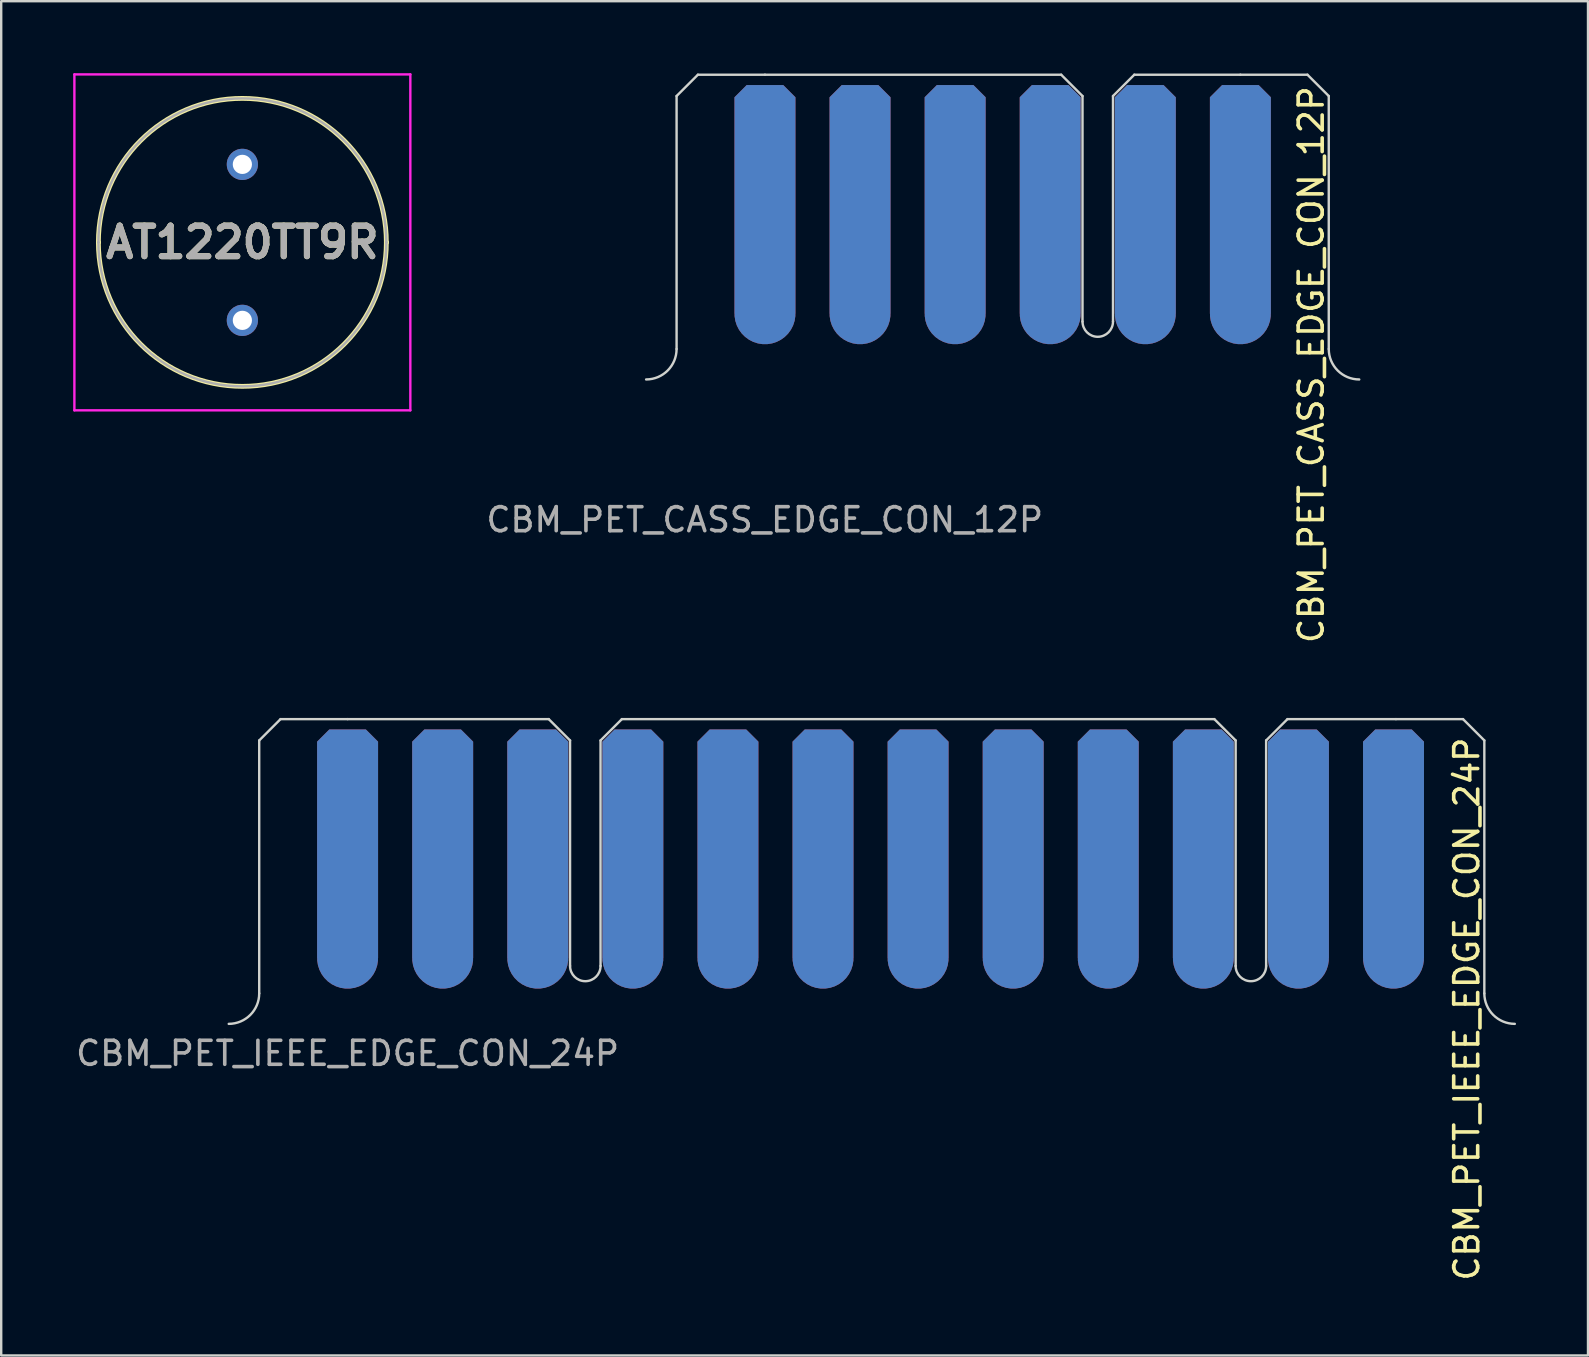
<source format=kicad_pcb>
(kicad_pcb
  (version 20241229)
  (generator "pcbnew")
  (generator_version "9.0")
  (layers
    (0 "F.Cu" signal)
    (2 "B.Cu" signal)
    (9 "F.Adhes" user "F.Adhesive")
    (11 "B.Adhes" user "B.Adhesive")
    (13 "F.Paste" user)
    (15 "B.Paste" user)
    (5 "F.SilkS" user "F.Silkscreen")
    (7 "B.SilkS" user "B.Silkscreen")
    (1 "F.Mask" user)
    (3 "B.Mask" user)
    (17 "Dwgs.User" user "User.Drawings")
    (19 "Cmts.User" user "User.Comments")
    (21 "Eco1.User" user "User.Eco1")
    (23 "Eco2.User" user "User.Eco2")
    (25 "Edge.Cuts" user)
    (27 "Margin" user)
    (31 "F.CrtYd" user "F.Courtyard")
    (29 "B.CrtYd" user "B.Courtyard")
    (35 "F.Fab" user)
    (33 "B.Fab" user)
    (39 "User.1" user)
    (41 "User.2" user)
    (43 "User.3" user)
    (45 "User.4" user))
  (footprint "CBM_PET_CASS_EDGE_CON_12P"
    (layer "F.Cu")
    (at 28.828 11.493)
    (property "Reference" "CBM_PET_CASS_EDGE_CON_12P" (at 22.765 0.654 90) (unlocked yes) (layer "F.SilkS") (effects (font (size 1 1) (thickness 0.15))))
    (fp_rect (start -3.759 -0.191) (end 23.571 -11.493) (stroke (width 0) (type solid)) (fill yes) (layer "F.Mask"))
    (fp_rect (start -3.759 -0.191) (end 23.571 -11.493) (stroke (width 0) (type solid)) (fill yes) (layer "B.Mask"))
    (fp_line (start -3.683 0) (end -3.683 -10.541) (stroke (width 0.1) (type solid)) (layer "Edge.Cuts"))
    (fp_line (start -2.794 -11.43) (end -3.683 -10.541) (stroke (width 0.1) (type solid)) (layer "Edge.Cuts"))
    (fp_line (start -2.794 -11.43) (end 0 -11.43) (stroke (width 0.1) (type solid)) (layer "Edge.Cuts"))
    (fp_line (start 0 -11.43) (end 12.344 -11.43) (stroke (width 0.1) (type solid)) (layer "Edge.Cuts"))
    (fp_line (start 12.344 -11.43) (end 13.233 -10.541) (stroke (width 0.1) (type solid)) (layer "Edge.Cuts"))
    (fp_line (start 13.233 -1.143) (end 13.233 -10.541) (stroke (width 0.1) (type solid)) (layer "Edge.Cuts"))
    (fp_line (start 14.503 -1.143) (end 14.503 -10.541) (stroke (width 0.1) (type solid)) (layer "Edge.Cuts"))
    (fp_line (start 15.392 -11.43) (end 14.503 -10.541) (stroke (width 0.1) (type solid)) (layer "Edge.Cuts"))
    (fp_line (start 19.812 -11.43) (end 15.392 -11.43) (stroke (width 0.1) (type solid)) (layer "Edge.Cuts"))
    (fp_line (start 19.812 -11.43) (end 22.606 -11.43) (stroke (width 0.1) (type solid)) (layer "Edge.Cuts"))
    (fp_line (start 22.606 -11.43) (end 23.495 -10.541) (stroke (width 0.1) (type solid)) (layer "Edge.Cuts"))
    (fp_line (start 23.495 0) (end 23.495 -10.541) (stroke (width 0.1) (type solid)) (layer "Edge.Cuts"))
    (fp_arc (start -3.683 0) (mid -4.054974 0.898026) (end -4.953 1.27) (stroke (width 0.1) (type solid)) (layer "Edge.Cuts"))
    (fp_arc (start 14.5034 -1.143) (mid 13.8684 -0.508) (end 13.2334 -1.143) (stroke (width 0.1) (type solid)) (layer "Edge.Cuts"))
    (fp_arc (start 24.765 1.27) (mid 23.866974 0.898026) (end 23.495 0) (stroke (width 0.1) (type solid)) (layer "Edge.Cuts"))
    (fp_text user "${REFERENCE}" (at -0.008 7.116 0) (unlocked yes) (layer "F.Fab") (effects (font (size 1 1) (thickness 0.15))))
    (pad "1,A" connect custom (at 19.812 -1.468) (size 2.54 2.54) (layers "F.Cu" "F.Mask") (options (anchor circle)) (primitives (gr_poly (pts (xy -1.27 0) (xy 1.27 0) (xy 1.27 -9.022) (xy 0.762 -9.53) (xy -0.762 -9.53) (xy -1.27 -9.022)) (width 0) (fill yes))))
    (pad "1,A" connect custom (at 19.812 -1.468) (size 2.54 2.54) (layers "B.Cu" "B.Mask") (options (anchor circle)) (primitives (gr_poly (pts (xy -1.27 0) (xy 1.27 0) (xy 1.27 -9.022) (xy 0.762 -9.53) (xy -0.762 -9.53) (xy -1.27 -9.022)) (width 0) (fill yes))))
    (pad "2,B" connect custom (at 15.85 -1.468) (size 2.54 2.54) (layers "F.Cu" "F.Mask") (options (anchor circle)) (primitives (gr_poly (pts (xy -1.27 0) (xy 1.27 0) (xy 1.27 -9.022) (xy 0.762 -9.53) (xy -0.762 -9.53) (xy -1.27 -9.022)) (width 0) (fill yes))))
    (pad "2,B" connect custom (at 15.85 -1.468) (size 2.54 2.54) (layers "B.Cu" "B.Mask") (options (anchor circle)) (primitives (gr_poly (pts (xy -1.27 0) (xy 1.27 0) (xy 1.27 -9.022) (xy 0.762 -9.53) (xy -0.762 -9.53) (xy -1.27 -9.022)) (width 0) (fill yes))))
    (pad "3,C" connect custom (at 11.887 -1.468) (size 2.54 2.54) (layers "F.Cu" "F.Mask") (options (anchor circle)) (primitives (gr_poly (pts (xy -1.27 0) (xy 1.27 0) (xy 1.27 -9.022) (xy 0.762 -9.53) (xy -0.762 -9.53) (xy -1.27 -9.022)) (width 0) (fill yes))))
    (pad "3,C" connect custom (at 11.887 -1.468) (size 2.54 2.54) (layers "B.Cu" "B.Mask") (options (anchor circle)) (primitives (gr_poly (pts (xy -1.27 0) (xy 1.27 0) (xy 1.27 -9.022) (xy 0.762 -9.53) (xy -0.762 -9.53) (xy -1.27 -9.022)) (width 0) (fill yes))))
    (pad "4,D" connect custom (at 7.925 -1.468) (size 2.54 2.54) (layers "F.Cu" "F.Mask") (options (anchor circle)) (primitives (gr_poly (pts (xy -1.27 0) (xy 1.27 0) (xy 1.27 -9.022) (xy 0.762 -9.53) (xy -0.762 -9.53) (xy -1.27 -9.022)) (width 0) (fill yes))))
    (pad "4,D" connect custom (at 7.925 -1.468) (size 2.54 2.54) (layers "B.Cu" "B.Mask") (options (anchor circle)) (primitives (gr_poly (pts (xy -1.27 0) (xy 1.27 0) (xy 1.27 -9.022) (xy 0.762 -9.53) (xy -0.762 -9.53) (xy -1.27 -9.022)) (width 0) (fill yes))))
    (pad "5,E" connect custom (at 3.962 -1.468) (size 2.54 2.54) (layers "F.Cu" "F.Mask") (options (anchor circle)) (primitives (gr_poly (pts (xy -1.27 0) (xy 1.27 0) (xy 1.27 -9.022) (xy 0.762 -9.53) (xy -0.762 -9.53) (xy -1.27 -9.022)) (width 0) (fill yes))))
    (pad "5,E" connect custom (at 3.962 -1.468) (size 2.54 2.54) (layers "B.Cu" "B.Mask") (options (anchor circle)) (primitives (gr_poly (pts (xy -1.27 0) (xy 1.27 0) (xy 1.27 -9.022) (xy 0.762 -9.53) (xy -0.762 -9.53) (xy -1.27 -9.022)) (width 0) (fill yes))))
    (pad "6,F" connect custom (at 0 -1.468) (size 2.54 2.54) (layers "F.Cu" "F.Mask") (options (anchor circle)) (primitives (gr_poly (pts (xy -1.27 0) (xy 1.27 0) (xy 1.27 -9.022) (xy 0.762 -9.53) (xy -0.762 -9.53) (xy -1.27 -9.022)) (width 0) (fill yes))))
    (pad "6,F" connect custom (at 0 -1.468) (size 2.54 2.54) (layers "B.Cu" "B.Mask") (options (anchor circle)) (primitives (gr_poly (pts (xy -1.27 0) (xy 1.27 0) (xy 1.27 -9.022) (xy 0.762 -9.53) (xy -0.762 -9.53) (xy -1.27 -9.022)) (width 0) (fill yes)))))
  (footprint "CBM_PET_IEEE_EDGE_CON_24P"
    (layer "F.Cu")
    (at 11.435 38.347)
    (property "Reference" "CBM_PET_IEEE_EDGE_CON_24P" (at 46.639 0.654 90) (unlocked yes) (layer "F.SilkS") (effects (font (size 1 1) (thickness 0.15))))
    (fp_rect (start -3.759 -0.198) (end 47.447 -11.476) (stroke (width 0) (type solid)) (fill yes) (layer "F.Mask"))
    (fp_rect (start -3.759 -0.198) (end 47.447 -11.476) (stroke (width 0) (type solid)) (fill yes) (layer "B.Mask"))
    (fp_line (start -3.683 0) (end -3.683 -10.541) (stroke (width 0.1) (type solid)) (layer "Edge.Cuts"))
    (fp_line (start -2.794 -11.43) (end -3.683 -10.541) (stroke (width 0.1) (type solid)) (layer "Edge.Cuts"))
    (fp_line (start -2.794 -11.43) (end 0 -11.43) (stroke (width 0.1) (type solid)) (layer "Edge.Cuts"))
    (fp_line (start 0 -11.43) (end 8.382 -11.43) (stroke (width 0.1) (type solid)) (layer "Edge.Cuts"))
    (fp_line (start 8.382 -11.43) (end 9.271 -10.541) (stroke (width 0.1) (type solid)) (layer "Edge.Cuts"))
    (fp_line (start 9.271 -1.143) (end 9.271 -10.541) (stroke (width 0.1) (type solid)) (layer "Edge.Cuts"))
    (fp_line (start 10.541 -1.143) (end 10.541 -10.541) (stroke (width 0.1) (type solid)) (layer "Edge.Cuts"))
    (fp_line (start 11.43 -11.43) (end 10.541 -10.541) (stroke (width 0.1) (type solid)) (layer "Edge.Cuts"))
    (fp_line (start 36.119 -11.43) (end 11.43 -11.43) (stroke (width 0.1) (type solid)) (layer "Edge.Cuts"))
    (fp_line (start 36.119 -11.43) (end 37.008 -10.541) (stroke (width 0.1) (type solid)) (layer "Edge.Cuts"))
    (fp_line (start 37.008 -1.143) (end 37.008 -10.541) (stroke (width 0.1) (type solid)) (layer "Edge.Cuts"))
    (fp_line (start 38.278 -1.143) (end 38.278 -10.541) (stroke (width 0.1) (type solid)) (layer "Edge.Cuts"))
    (fp_line (start 39.167 -11.43) (end 38.278 -10.541) (stroke (width 0.1) (type solid)) (layer "Edge.Cuts"))
    (fp_line (start 39.167 -11.43) (end 43.688 -11.43) (stroke (width 0.1) (type solid)) (layer "Edge.Cuts"))
    (fp_line (start 43.688 -11.43) (end 46.482 -11.43) (stroke (width 0.1) (type solid)) (layer "Edge.Cuts"))
    (fp_line (start 46.482 -11.43) (end 47.371 -10.541) (stroke (width 0.1) (type solid)) (layer "Edge.Cuts"))
    (fp_line (start 47.371 0) (end 47.371 -10.541) (stroke (width 0.1) (type solid)) (layer "Edge.Cuts"))
    (fp_arc (start -3.683 0) (mid -4.054974 0.898026) (end -4.953 1.27) (stroke (width 0.1) (type solid)) (layer "Edge.Cuts"))
    (fp_arc (start 10.541 -1.143) (mid 9.906 -0.508) (end 9.271 -1.143) (stroke (width 0.1) (type solid)) (layer "Edge.Cuts"))
    (fp_arc (start 38.2778 -1.143) (mid 37.6428 -0.508) (end 37.0078 -1.143) (stroke (width 0.1) (type solid)) (layer "Edge.Cuts"))
    (fp_arc (start 48.641 1.27) (mid 47.742974 0.898026) (end 47.371 0) (stroke (width 0.1) (type solid)) (layer "Edge.Cuts"))
    (fp_text user "${REFERENCE}" (at 0 2.5 0) (unlocked yes) (layer "F.Fab") (effects (font (size 1 1) (thickness 0.15))))
    (pad "1" connect custom (at 43.586 -1.468) (size 2.54 2.54) (layers "F.Cu" "F.Mask") (options (anchor circle)) (primitives (gr_poly (pts (xy -1.27 0) (xy 1.27 0) (xy 1.27 -9.022) (xy 0.762 -9.53) (xy -0.762 -9.53) (xy -1.27 -9.022)) (width 0) (fill yes))))
    (pad "2" connect custom (at 39.624 -1.468) (size 2.54 2.54) (layers "F.Cu" "F.Mask") (options (anchor circle)) (primitives (gr_poly (pts (xy -1.27 0) (xy 1.27 0) (xy 1.27 -9.022) (xy 0.762 -9.53) (xy -0.762 -9.53) (xy -1.27 -9.022)) (width 0) (fill yes))))
    (pad "3" connect custom (at 35.662 -1.468) (size 2.54 2.54) (layers "F.Cu" "F.Mask") (options (anchor circle)) (primitives (gr_poly (pts (xy -1.27 0) (xy 1.27 0) (xy 1.27 -9.022) (xy 0.762 -9.53) (xy -0.762 -9.53) (xy -1.27 -9.022)) (width 0) (fill yes))))
    (pad "4" connect custom (at 31.699 -1.468) (size 2.54 2.54) (layers "F.Cu" "F.Mask") (options (anchor circle)) (primitives (gr_poly (pts (xy -1.27 0) (xy 1.27 0) (xy 1.27 -9.022) (xy 0.762 -9.53) (xy -0.762 -9.53) (xy -1.27 -9.022)) (width 0) (fill yes))))
    (pad "5" connect custom (at 27.737 -1.468) (size 2.54 2.54) (layers "F.Cu" "F.Mask") (options (anchor circle)) (primitives (gr_poly (pts (xy -1.27 0) (xy 1.27 0) (xy 1.27 -9.022) (xy 0.762 -9.53) (xy -0.762 -9.53) (xy -1.27 -9.022)) (width 0) (fill yes))))
    (pad "6" connect custom (at 23.774 -1.468) (size 2.54 2.54) (layers "F.Cu" "F.Mask") (options (anchor circle)) (primitives (gr_poly (pts (xy -1.27 0) (xy 1.27 0) (xy 1.27 -9.022) (xy 0.762 -9.53) (xy -0.762 -9.53) (xy -1.27 -9.022)) (width 0) (fill yes))))
    (pad "7" connect custom (at 19.812 -1.468) (size 2.54 2.54) (layers "F.Cu" "F.Mask") (options (anchor circle)) (primitives (gr_poly (pts (xy -1.27 0) (xy 1.27 0) (xy 1.27 -9.022) (xy 0.762 -9.53) (xy -0.762 -9.53) (xy -1.27 -9.022)) (width 0) (fill yes))))
    (pad "8" connect custom (at 15.85 -1.468) (size 2.54 2.54) (layers "F.Cu" "F.Mask") (options (anchor circle)) (primitives (gr_poly (pts (xy -1.27 0) (xy 1.27 0) (xy 1.27 -9.022) (xy 0.762 -9.53) (xy -0.762 -9.53) (xy -1.27 -9.022)) (width 0) (fill yes))))
    (pad "9" connect custom (at 11.887 -1.468) (size 2.54 2.54) (layers "F.Cu" "F.Mask") (options (anchor circle)) (primitives (gr_poly (pts (xy -1.27 0) (xy 1.27 0) (xy 1.27 -9.022) (xy 0.762 -9.53) (xy -0.762 -9.53) (xy -1.27 -9.022)) (width 0) (fill yes))))
    (pad "10" connect custom (at 7.925 -1.468) (size 2.54 2.54) (layers "F.Cu" "F.Mask") (options (anchor circle)) (primitives (gr_poly (pts (xy -1.27 0) (xy 1.27 0) (xy 1.27 -9.022) (xy 0.762 -9.53) (xy -0.762 -9.53) (xy -1.27 -9.022)) (width 0) (fill yes))))
    (pad "11" connect custom (at 3.962 -1.468) (size 2.54 2.54) (layers "F.Cu" "F.Mask") (options (anchor circle)) (primitives (gr_poly (pts (xy -1.27 0) (xy 1.27 0) (xy 1.27 -9.022) (xy 0.762 -9.53) (xy -0.762 -9.53) (xy -1.27 -9.022)) (width 0) (fill yes))))
    (pad "12" connect custom (at 0 -1.468) (size 2.54 2.54) (layers "F.Cu" "F.Mask") (options (anchor circle)) (primitives (gr_poly (pts (xy -1.27 0) (xy 1.27 0) (xy 1.27 -9.022) (xy 0.762 -9.53) (xy -0.762 -9.53) (xy -1.27 -9.022)) (width 0) (fill yes))))
    (pad "A" connect custom (at 43.586 -1.468) (size 2.54 2.54) (layers "B.Cu" "B.Mask") (options (anchor circle)) (primitives (gr_poly (pts (xy -1.27 0) (xy 1.27 0) (xy 1.27 -9.022) (xy 0.762 -9.53) (xy -0.762 -9.53) (xy -1.27 -9.022)) (width 0) (fill yes))))
    (pad "B" connect custom (at 39.624 -1.468) (size 2.54 2.54) (layers "B.Cu" "B.Mask") (options (anchor circle)) (primitives (gr_poly (pts (xy -1.27 0) (xy 1.27 0) (xy 1.27 -9.022) (xy 0.762 -9.53) (xy -0.762 -9.53) (xy -1.27 -9.022)) (width 0) (fill yes))))
    (pad "C" connect custom (at 35.662 -1.468) (size 2.54 2.54) (layers "B.Cu" "B.Mask") (options (anchor circle)) (primitives (gr_poly (pts (xy -1.27 0) (xy 1.27 0) (xy 1.27 -9.022) (xy 0.762 -9.53) (xy -0.762 -9.53) (xy -1.27 -9.022)) (width 0) (fill yes))))
    (pad "D" connect custom (at 31.699 -1.468) (size 2.54 2.54) (layers "B.Cu" "B.Mask") (options (anchor circle)) (primitives (gr_poly (pts (xy -1.27 0) (xy 1.27 0) (xy 1.27 -9.022) (xy 0.762 -9.53) (xy -0.762 -9.53) (xy -1.27 -9.022)) (width 0) (fill yes))))
    (pad "E" connect custom (at 27.737 -1.468) (size 2.54 2.54) (layers "B.Cu" "B.Mask") (options (anchor circle)) (primitives (gr_poly (pts (xy -1.27 0) (xy 1.27 0) (xy 1.27 -9.022) (xy 0.762 -9.53) (xy -0.762 -9.53) (xy -1.27 -9.022)) (width 0) (fill yes))))
    (pad "F" connect custom (at 23.774 -1.468) (size 2.54 2.54) (layers "B.Cu" "B.Mask") (options (anchor circle)) (primitives (gr_poly (pts (xy -1.27 0) (xy 1.27 0) (xy 1.27 -9.022) (xy 0.762 -9.53) (xy -0.762 -9.53) (xy -1.27 -9.022)) (width 0) (fill yes))))
    (pad "H" connect custom (at 19.812 -1.468) (size 2.54 2.54) (layers "B.Cu" "B.Mask") (options (anchor circle)) (primitives (gr_poly (pts (xy -1.27 0) (xy 1.27 0) (xy 1.27 -9.022) (xy 0.762 -9.53) (xy -0.762 -9.53) (xy -1.27 -9.022)) (width 0) (fill yes))))
    (pad "J" connect custom (at 15.85 -1.468) (size 2.54 2.54) (layers "B.Cu" "B.Mask") (options (anchor circle)) (primitives (gr_poly (pts (xy -1.27 0) (xy 1.27 0) (xy 1.27 -9.022) (xy 0.762 -9.53) (xy -0.762 -9.53) (xy -1.27 -9.022)) (width 0) (fill yes))))
    (pad "K" connect custom (at 11.887 -1.468) (size 2.54 2.54) (layers "B.Cu" "B.Mask") (options (anchor circle)) (primitives (gr_poly (pts (xy -1.27 0) (xy 1.27 0) (xy 1.27 -9.022) (xy 0.762 -9.53) (xy -0.762 -9.53) (xy -1.27 -9.022)) (width 0) (fill yes))))
    (pad "L" connect custom (at 7.925 -1.468) (size 2.54 2.54) (layers "B.Cu" "B.Mask") (options (anchor circle)) (primitives (gr_poly (pts (xy -1.27 0) (xy 1.27 0) (xy 1.27 -9.022) (xy 0.762 -9.53) (xy -0.762 -9.53) (xy -1.27 -9.022)) (width 0) (fill yes))))
    (pad "M" connect custom (at 3.962 -1.468) (size 2.54 2.54) (layers "B.Cu" "B.Mask") (options (anchor circle)) (primitives (gr_poly (pts (xy -1.27 0) (xy 1.27 0) (xy 1.27 -9.022) (xy 0.762 -9.53) (xy -0.762 -9.53) (xy -1.27 -9.022)) (width 0) (fill yes))))
    (pad "N" connect custom (at 0 -1.468) (size 2.54 2.54) (layers "B.Cu" "B.Mask") (options (anchor circle)) (primitives (gr_poly (pts (xy -1.27 0) (xy 1.27 0) (xy 1.27 -9.022) (xy 0.762 -9.53) (xy -0.762 -9.53) (xy -1.27 -9.022)) (width 0) (fill yes)))))
  (footprint "AT1220TT9R"
    (layer "F.Cu")
    (at 7.05 3.8)
    (property "Reference" "AT1220TT9R" (at 0 3.25 180) (layer "F.SilkS") (effects (font (size 1.27 1.27) (thickness 0.254))))
    (attr through_hole)
    (fp_line (start -6 3.25) (end -6 3.25) (stroke (width 0.2) (type solid)) (layer "F.SilkS"))
    (fp_line (start 6 3.25) (end 6 3.25) (stroke (width 0.2) (type solid)) (layer "F.SilkS"))
    (fp_arc (start -6 3.25) (mid 0 -2.75) (end 6 3.25) (stroke (width 0.2) (type solid)) (layer "F.SilkS"))
    (fp_arc (start 6 3.25) (mid 0 9.25) (end -6 3.25) (stroke (width 0.2) (type solid)) (layer "F.SilkS"))
    (fp_line (start -7 -3.75) (end 7 -3.75) (stroke (width 0.1) (type solid)) (layer "F.CrtYd"))
    (fp_line (start -7 10.25) (end -7 -3.75) (stroke (width 0.1) (type solid)) (layer "F.CrtYd"))
    (fp_line (start 7 -3.75) (end 7 10.25) (stroke (width 0.1) (type solid)) (layer "F.CrtYd"))
    (fp_line (start 7 10.25) (end -7 10.25) (stroke (width 0.1) (type solid)) (layer "F.CrtYd"))
    (fp_line (start -6 3.25) (end -6 3.25) (stroke (width 0.1) (type solid)) (layer "F.Fab"))
    (fp_line (start 6 3.25) (end 6 3.25) (stroke (width 0.1) (type solid)) (layer "F.Fab"))
    (fp_arc (start -6 3.25) (mid 0 -2.75) (end 6 3.25) (stroke (width 0.1) (type solid)) (layer "F.Fab"))
    (fp_arc (start 6 3.25) (mid 0 9.25) (end -6 3.25) (stroke (width 0.1) (type solid)) (layer "F.Fab"))
    (fp_text user "${REFERENCE}" (at 0 3.25 180) (layer "F.Fab") (effects (font (size 1.27 1.27) (thickness 0.254))))
    (pad "1" thru_hole circle (at 0 0) (size 1.3 1.3) (drill 0.8) (layers "*.Cu" "*.Mask"))
    (pad "2" thru_hole circle (at 0 6.5) (size 1.3 1.3) (drill 0.8) (layers "*.Cu" "*.Mask")))
  (gr_rect
    (start -3 -3)
    (end 63.126 53.436)
    (stroke (width 0.1) (type default))
    (fill no)
    (layer "Edge.Cuts")))
</source>
